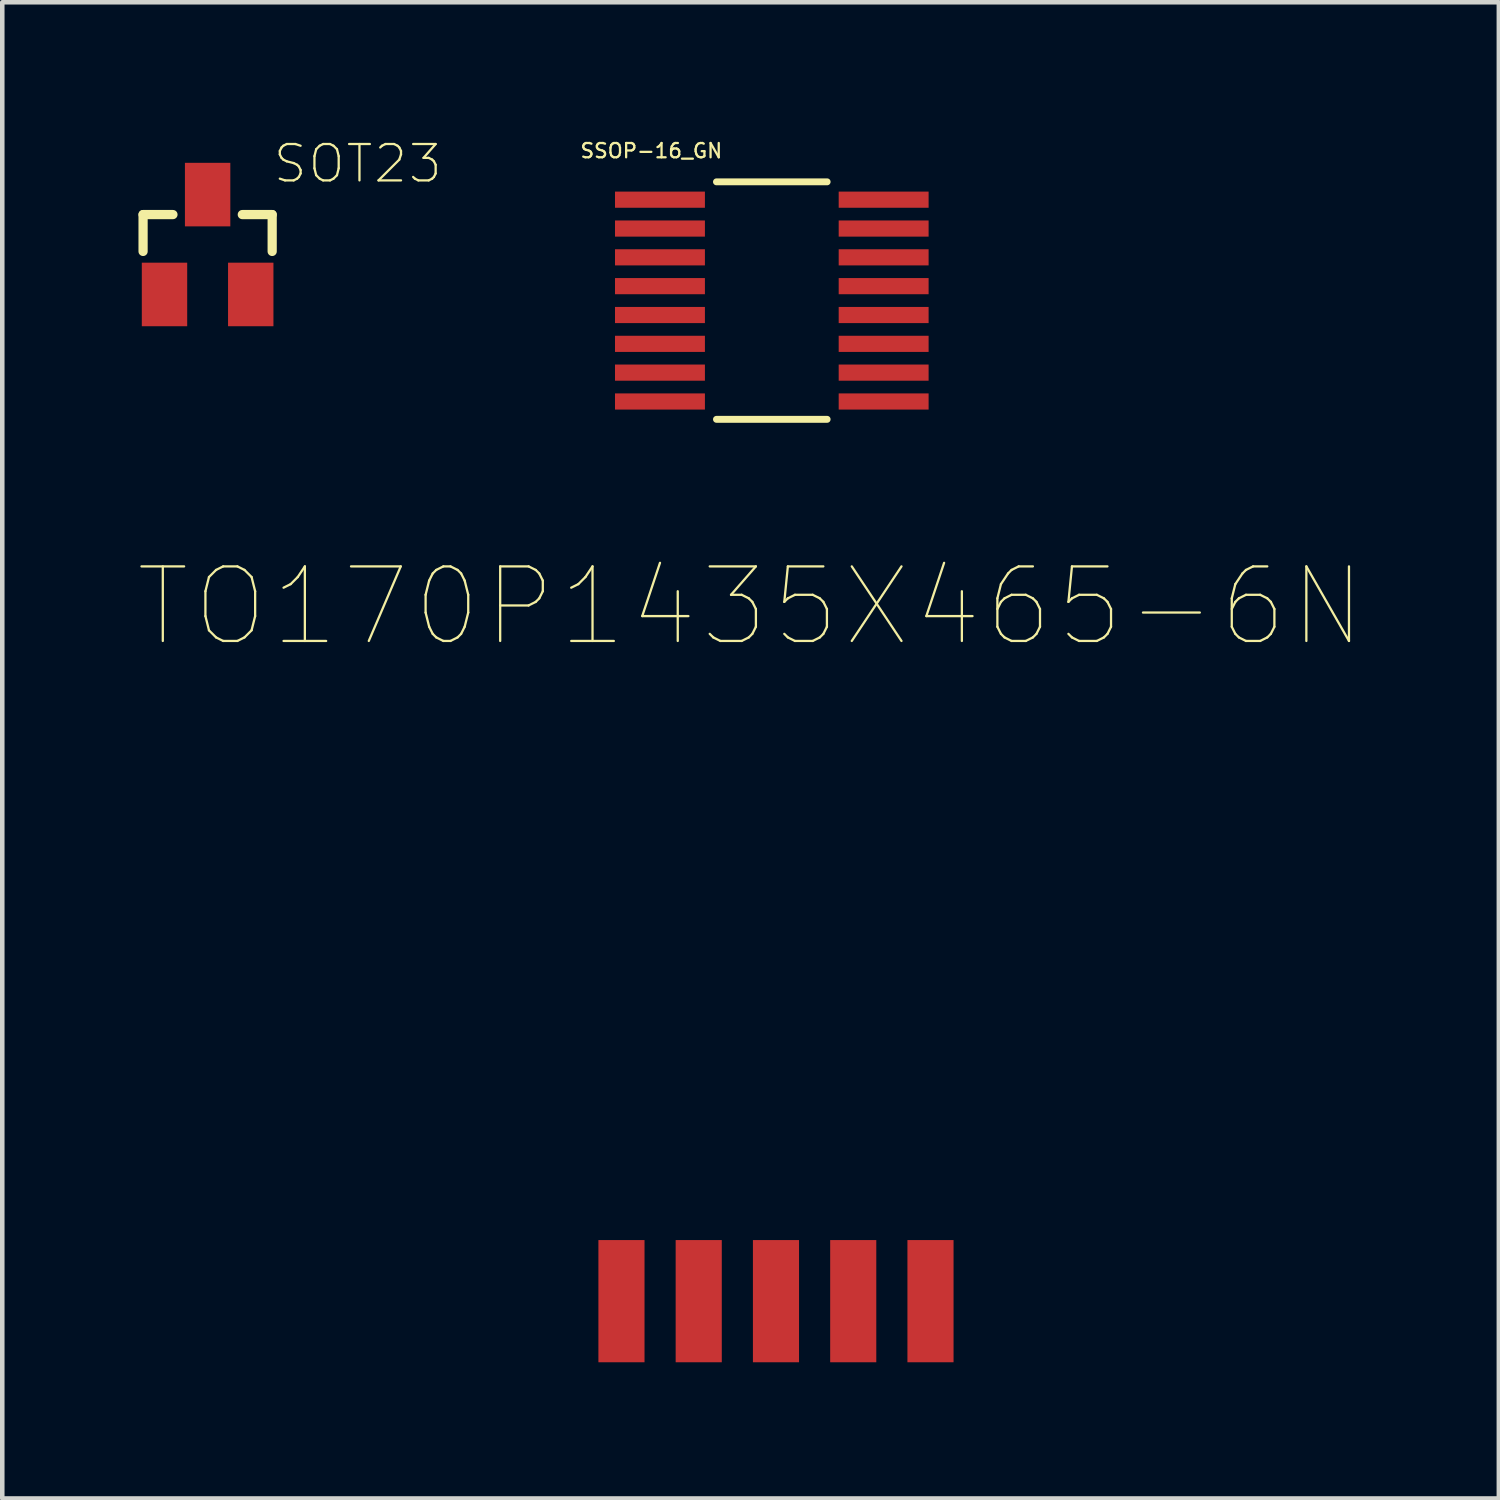
<source format=kicad_pcb>
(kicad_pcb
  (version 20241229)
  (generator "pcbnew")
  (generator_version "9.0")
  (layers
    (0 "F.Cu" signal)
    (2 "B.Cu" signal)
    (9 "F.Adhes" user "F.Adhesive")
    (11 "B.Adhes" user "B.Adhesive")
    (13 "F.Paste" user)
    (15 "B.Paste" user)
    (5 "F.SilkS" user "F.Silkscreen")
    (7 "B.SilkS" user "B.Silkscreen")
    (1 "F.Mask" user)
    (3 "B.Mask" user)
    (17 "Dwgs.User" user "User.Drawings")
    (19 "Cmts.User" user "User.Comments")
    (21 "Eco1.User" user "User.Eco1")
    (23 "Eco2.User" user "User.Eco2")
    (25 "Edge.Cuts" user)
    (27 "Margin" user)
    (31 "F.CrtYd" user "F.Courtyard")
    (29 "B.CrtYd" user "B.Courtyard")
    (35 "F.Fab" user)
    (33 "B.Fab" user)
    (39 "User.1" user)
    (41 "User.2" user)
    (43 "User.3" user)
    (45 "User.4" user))
  (footprint "SOT23"
    (layer "F.Cu")
    (at 1.524 2.337)
    (property "Reference" "SOT23" (at 3.307 -1.781 0) (layer "F.SilkS") (effects (font (size 0.801 0.801) (thickness 0.05))))
    (attr smd)
    (fp_line (start -1.422 -0.66) (end -0.764 -0.66) (stroke (width 0.203) (type solid)) (layer "F.SilkS"))
    (fp_line (start -1.422 0.152) (end -1.422 -0.66) (stroke (width 0.203) (type solid)) (layer "F.SilkS"))
    (fp_line (start 0.764 -0.66) (end 1.422 -0.66) (stroke (width 0.203) (type solid)) (layer "F.SilkS"))
    (fp_line (start 1.422 -0.66) (end 1.422 0.152) (stroke (width 0.203) (type solid)) (layer "F.SilkS"))
    (fp_line (start -1.422 -0.66) (end 1.422 -0.66) (stroke (width 0.203) (type solid)) (layer "Eco2.User"))
    (fp_line (start -1.422 0.66) (end -1.422 -0.66) (stroke (width 0.203) (type solid)) (layer "Eco2.User"))
    (fp_line (start 1.422 -0.66) (end 1.422 0.66) (stroke (width 0.203) (type solid)) (layer "Eco2.User"))
    (fp_line (start 1.422 0.66) (end -1.422 0.66) (stroke (width 0.203) (type solid)) (layer "Eco2.User"))
    (fp_poly (pts (xy -1.169 0.711) (xy -0.711 0.711) (xy -0.711 1.296) (xy -1.169 1.296)) (stroke (width 0.1) (type solid)) (fill no) (layer "Eco2.User"))
    (fp_poly (pts (xy -0.5 -0.3) (xy 0.5 -0.3) (xy 0.5 0.3) (xy -0.5 0.3)) (stroke (width 0.1) (type solid)) (fill no) (layer "Eco2.User"))
    (fp_poly (pts (xy -0.229 -1.295) (xy 0.229 -1.295) (xy 0.229 -0.713) (xy -0.229 -0.713)) (stroke (width 0.1) (type solid)) (fill no) (layer "Eco2.User"))
    (fp_poly (pts (xy 0.712 0.711) (xy 1.168 0.711) (xy 1.168 1.296) (xy 0.712 1.296)) (stroke (width 0.1) (type solid)) (fill no) (layer "Eco2.User"))
    (pad "1" smd rect (at -0.95 1.1) (size 1 1.4) (layers "F.Cu" "F.Mask" "F.Paste"))
    (pad "2" smd rect (at 0.95 1.1) (size 1 1.4) (layers "F.Cu" "F.Mask" "F.Paste"))
    (pad "3" smd rect (at 0 -1.1) (size 1 1.4) (layers "F.Cu" "F.Mask" "F.Paste")))
  (footprint "TO170P1435X465-6N"
    (layer "F.Cu")
    (at 14.045 16.573)
    (property "Reference" "TO170P1435X465-6N" (at -0.56 -6.26 0) (layer "F.SilkS") (effects (font (size 1.643 1.643) (thickness 0.05))))
    (attr smd)
    (fp_line (start -5.08 -4.318) (end -5.08 4.318) (stroke (width 0.152) (type solid)) (layer "Eco2.User"))
    (fp_line (start -5.08 4.318) (end 5.08 4.318) (stroke (width 0.152) (type solid)) (layer "Eco2.User"))
    (fp_line (start -3.886 4.318) (end -3.886 10.033) (stroke (width 0.152) (type solid)) (layer "Eco2.User"))
    (fp_line (start -3.886 10.033) (end -2.921 10.033) (stroke (width 0.152) (type solid)) (layer "Eco2.User"))
    (fp_line (start -2.921 4.318) (end -3.886 4.318) (stroke (width 0.152) (type solid)) (layer "Eco2.User"))
    (fp_line (start -2.921 10.033) (end -2.921 4.318) (stroke (width 0.152) (type solid)) (layer "Eco2.User"))
    (fp_line (start -2.184 4.318) (end -2.184 10.033) (stroke (width 0.152) (type solid)) (layer "Eco2.User"))
    (fp_line (start -2.184 10.033) (end -1.219 10.033) (stroke (width 0.152) (type solid)) (layer "Eco2.User"))
    (fp_line (start -1.219 4.318) (end -2.184 4.318) (stroke (width 0.152) (type solid)) (layer "Eco2.User"))
    (fp_line (start -1.219 10.033) (end -1.219 4.318) (stroke (width 0.152) (type solid)) (layer "Eco2.User"))
    (fp_line (start -0.483 4.318) (end -0.483 10.033) (stroke (width 0.152) (type solid)) (layer "Eco2.User"))
    (fp_line (start -0.483 10.033) (end 0.483 10.033) (stroke (width 0.152) (type solid)) (layer "Eco2.User"))
    (fp_line (start 0.483 4.318) (end -0.483 4.318) (stroke (width 0.152) (type solid)) (layer "Eco2.User"))
    (fp_line (start 0.483 10.033) (end 0.483 4.318) (stroke (width 0.152) (type solid)) (layer "Eco2.User"))
    (fp_line (start 1.219 4.318) (end 1.219 10.033) (stroke (width 0.152) (type solid)) (layer "Eco2.User"))
    (fp_line (start 1.219 10.033) (end 2.184 10.033) (stroke (width 0.152) (type solid)) (layer "Eco2.User"))
    (fp_line (start 2.184 4.318) (end 1.219 4.318) (stroke (width 0.152) (type solid)) (layer "Eco2.User"))
    (fp_line (start 2.184 10.033) (end 2.184 4.318) (stroke (width 0.152) (type solid)) (layer "Eco2.User"))
    (fp_line (start 2.921 4.318) (end 2.921 10.033) (stroke (width 0.152) (type solid)) (layer "Eco2.User"))
    (fp_line (start 2.921 10.033) (end 3.886 10.033) (stroke (width 0.152) (type solid)) (layer "Eco2.User"))
    (fp_line (start 3.886 4.318) (end 2.921 4.318) (stroke (width 0.152) (type solid)) (layer "Eco2.User"))
    (fp_line (start 3.886 10.033) (end 3.886 4.318) (stroke (width 0.152) (type solid)) (layer "Eco2.User"))
    (fp_line (start 5.08 -4.318) (end -5.08 -4.318) (stroke (width 0.152) (type solid)) (layer "Eco2.User"))
    (fp_line (start 5.08 4.318) (end 5.08 -4.318) (stroke (width 0.152) (type solid)) (layer "Eco2.User"))
    (pad "1" smd rect (at -3.404 9.042) (size 1.016 2.692) (layers "F.Cu" "F.Mask" "F.Paste"))
    (pad "2" smd rect (at -1.702 9.042) (size 1.016 2.692) (layers "F.Cu" "F.Mask" "F.Paste"))
    (pad "3" smd rect (at 0 9.042) (size 1.016 2.692) (layers "F.Cu" "F.Mask" "F.Paste"))
    (pad "4" smd rect (at 1.702 9.042) (size 1.016 2.692) (layers "F.Cu" "F.Mask" "F.Paste"))
    (pad "5" smd rect (at 3.404 9.042) (size 1.016 2.692) (layers "F.Cu" "F.Mask" "F.Paste")))
  (footprint "SSOP-16_GN"
    (layer "F.Cu")
    (at 13.953 3.572)
    (property "Reference" "SSOP-16_GN" (at -2.654 -3.3 0) (layer "F.SilkS") (effects (font (size 0.315 0.315) (thickness 0.05))))
    (attr smd)
    (fp_line (start -1.219 2.616) (end 1.219 2.616) (stroke (width 0.152) (type solid)) (layer "F.SilkS"))
    (fp_line (start 1.219 -2.616) (end -1.219 -2.616) (stroke (width 0.152) (type solid)) (layer "F.SilkS"))
    (fp_line (start -3.099 -2.388) (end -3.099 -2.057) (stroke (width 0.152) (type solid)) (layer "Eco2.User"))
    (fp_line (start -3.099 -2.057) (end -1.981 -2.083) (stroke (width 0.152) (type solid)) (layer "Eco2.User"))
    (fp_line (start -3.099 -1.727) (end -3.099 -1.422) (stroke (width 0.152) (type solid)) (layer "Eco2.User"))
    (fp_line (start -3.099 -1.422) (end -1.981 -1.422) (stroke (width 0.152) (type solid)) (layer "Eco2.User"))
    (fp_line (start -3.099 -1.118) (end -3.099 -0.787) (stroke (width 0.152) (type solid)) (layer "Eco2.User"))
    (fp_line (start -3.099 -0.787) (end -1.981 -0.813) (stroke (width 0.152) (type solid)) (layer "Eco2.User"))
    (fp_line (start -3.099 -0.457) (end -3.099 -0.152) (stroke (width 0.152) (type solid)) (layer "Eco2.User"))
    (fp_line (start -3.099 -0.152) (end -1.981 -0.152) (stroke (width 0.152) (type solid)) (layer "Eco2.User"))
    (fp_line (start -3.099 0.178) (end -3.099 0.483) (stroke (width 0.152) (type solid)) (layer "Eco2.User"))
    (fp_line (start -3.099 0.483) (end -1.981 0.457) (stroke (width 0.152) (type solid)) (layer "Eco2.User"))
    (fp_line (start -3.099 0.813) (end -3.099 1.118) (stroke (width 0.152) (type solid)) (layer "Eco2.User"))
    (fp_line (start -3.099 1.118) (end -1.981 1.118) (stroke (width 0.152) (type solid)) (layer "Eco2.User"))
    (fp_line (start -3.099 1.422) (end -3.099 1.753) (stroke (width 0.152) (type solid)) (layer "Eco2.User"))
    (fp_line (start -3.099 1.753) (end -1.981 1.727) (stroke (width 0.152) (type solid)) (layer "Eco2.User"))
    (fp_line (start -3.099 2.083) (end -3.099 2.388) (stroke (width 0.152) (type solid)) (layer "Eco2.User"))
    (fp_line (start -3.099 2.388) (end -1.981 2.388) (stroke (width 0.152) (type solid)) (layer "Eco2.User"))
    (fp_line (start -1.981 -2.489) (end -1.981 2.489) (stroke (width 0.152) (type solid)) (layer "Eco2.User"))
    (fp_line (start -1.981 -2.388) (end -3.099 -2.388) (stroke (width 0.152) (type solid)) (layer "Eco2.User"))
    (fp_line (start -1.981 -2.083) (end -1.981 -2.388) (stroke (width 0.152) (type solid)) (layer "Eco2.User"))
    (fp_line (start -1.981 -1.727) (end -3.099 -1.727) (stroke (width 0.152) (type solid)) (layer "Eco2.User"))
    (fp_line (start -1.981 -1.422) (end -1.981 -1.727) (stroke (width 0.152) (type solid)) (layer "Eco2.User"))
    (fp_line (start -1.981 -1.118) (end -3.099 -1.118) (stroke (width 0.152) (type solid)) (layer "Eco2.User"))
    (fp_line (start -1.981 -0.813) (end -1.981 -1.118) (stroke (width 0.152) (type solid)) (layer "Eco2.User"))
    (fp_line (start -1.981 -0.457) (end -3.099 -0.457) (stroke (width 0.152) (type solid)) (layer "Eco2.User"))
    (fp_line (start -1.981 -0.152) (end -1.981 -0.457) (stroke (width 0.152) (type solid)) (layer "Eco2.User"))
    (fp_line (start -1.981 0.152) (end -3.099 0.178) (stroke (width 0.152) (type solid)) (layer "Eco2.User"))
    (fp_line (start -1.981 0.457) (end -1.981 0.152) (stroke (width 0.152) (type solid)) (layer "Eco2.User"))
    (fp_line (start -1.981 0.813) (end -3.099 0.813) (stroke (width 0.152) (type solid)) (layer "Eco2.User"))
    (fp_line (start -1.981 1.118) (end -1.981 0.813) (stroke (width 0.152) (type solid)) (layer "Eco2.User"))
    (fp_line (start -1.981 1.422) (end -3.099 1.422) (stroke (width 0.152) (type solid)) (layer "Eco2.User"))
    (fp_line (start -1.981 1.727) (end -1.981 1.422) (stroke (width 0.152) (type solid)) (layer "Eco2.User"))
    (fp_line (start -1.981 2.083) (end -3.099 2.083) (stroke (width 0.152) (type solid)) (layer "Eco2.User"))
    (fp_line (start -1.981 2.388) (end -1.981 2.083) (stroke (width 0.152) (type solid)) (layer "Eco2.User"))
    (fp_line (start -1.981 2.489) (end 1.981 2.489) (stroke (width 0.152) (type solid)) (layer "Eco2.User"))
    (fp_line (start -0.305 -2.489) (end -1.981 -2.489) (stroke (width 0.152) (type solid)) (layer "Eco2.User"))
    (fp_line (start 0.305 -2.489) (end -0.305 -2.489) (stroke (width 0.152) (type solid)) (layer "Eco2.User"))
    (fp_line (start 1.981 -2.489) (end 0.305 -2.489) (stroke (width 0.152) (type solid)) (layer "Eco2.User"))
    (fp_line (start 1.981 -2.388) (end 1.981 -2.083) (stroke (width 0.152) (type solid)) (layer "Eco2.User"))
    (fp_line (start 1.981 -2.083) (end 3.099 -2.083) (stroke (width 0.152) (type solid)) (layer "Eco2.User"))
    (fp_line (start 1.981 -1.727) (end 1.981 -1.422) (stroke (width 0.152) (type solid)) (layer "Eco2.User"))
    (fp_line (start 1.981 -1.422) (end 3.099 -1.422) (stroke (width 0.152) (type solid)) (layer "Eco2.User"))
    (fp_line (start 1.981 -1.118) (end 1.981 -0.813) (stroke (width 0.152) (type solid)) (layer "Eco2.User"))
    (fp_line (start 1.981 -0.813) (end 3.099 -0.813) (stroke (width 0.152) (type solid)) (layer "Eco2.User"))
    (fp_line (start 1.981 -0.457) (end 1.981 -0.152) (stroke (width 0.152) (type solid)) (layer "Eco2.User"))
    (fp_line (start 1.981 -0.152) (end 3.099 -0.178) (stroke (width 0.152) (type solid)) (layer "Eco2.User"))
    (fp_line (start 1.981 0.152) (end 1.981 0.457) (stroke (width 0.152) (type solid)) (layer "Eco2.User"))
    (fp_line (start 1.981 0.457) (end 3.099 0.457) (stroke (width 0.152) (type solid)) (layer "Eco2.User"))
    (fp_line (start 1.981 0.813) (end 1.981 1.118) (stroke (width 0.152) (type solid)) (layer "Eco2.User"))
    (fp_line (start 1.981 1.118) (end 3.099 1.118) (stroke (width 0.152) (type solid)) (layer "Eco2.User"))
    (fp_line (start 1.981 1.422) (end 1.981 1.727) (stroke (width 0.152) (type solid)) (layer "Eco2.User"))
    (fp_line (start 1.981 1.727) (end 3.099 1.727) (stroke (width 0.152) (type solid)) (layer "Eco2.User"))
    (fp_line (start 1.981 2.083) (end 1.981 2.388) (stroke (width 0.152) (type solid)) (layer "Eco2.User"))
    (fp_line (start 1.981 2.388) (end 3.099 2.388) (stroke (width 0.152) (type solid)) (layer "Eco2.User"))
    (fp_line (start 1.981 2.489) (end 1.981 -2.489) (stroke (width 0.152) (type solid)) (layer "Eco2.User"))
    (fp_line (start 3.099 -2.388) (end 1.981 -2.388) (stroke (width 0.152) (type solid)) (layer "Eco2.User"))
    (fp_line (start 3.099 -2.083) (end 3.099 -2.388) (stroke (width 0.152) (type solid)) (layer "Eco2.User"))
    (fp_line (start 3.099 -1.753) (end 1.981 -1.727) (stroke (width 0.152) (type solid)) (layer "Eco2.User"))
    (fp_line (start 3.099 -1.422) (end 3.099 -1.753) (stroke (width 0.152) (type solid)) (layer "Eco2.User"))
    (fp_line (start 3.099 -1.118) (end 1.981 -1.118) (stroke (width 0.152) (type solid)) (layer "Eco2.User"))
    (fp_line (start 3.099 -0.813) (end 3.099 -1.118) (stroke (width 0.152) (type solid)) (layer "Eco2.User"))
    (fp_line (start 3.099 -0.483) (end 1.981 -0.457) (stroke (width 0.152) (type solid)) (layer "Eco2.User"))
    (fp_line (start 3.099 -0.178) (end 3.099 -0.483) (stroke (width 0.152) (type solid)) (layer "Eco2.User"))
    (fp_line (start 3.099 0.152) (end 1.981 0.152) (stroke (width 0.152) (type solid)) (layer "Eco2.User"))
    (fp_line (start 3.099 0.457) (end 3.099 0.152) (stroke (width 0.152) (type solid)) (layer "Eco2.User"))
    (fp_line (start 3.099 0.787) (end 1.981 0.813) (stroke (width 0.152) (type solid)) (layer "Eco2.User"))
    (fp_line (start 3.099 1.118) (end 3.099 0.787) (stroke (width 0.152) (type solid)) (layer "Eco2.User"))
    (fp_line (start 3.099 1.422) (end 1.981 1.422) (stroke (width 0.152) (type solid)) (layer "Eco2.User"))
    (fp_line (start 3.099 1.727) (end 3.099 1.422) (stroke (width 0.152) (type solid)) (layer "Eco2.User"))
    (fp_line (start 3.099 2.057) (end 1.981 2.083) (stroke (width 0.152) (type solid)) (layer "Eco2.User"))
    (fp_line (start 3.099 2.388) (end 3.099 2.057) (stroke (width 0.152) (type solid)) (layer "Eco2.User"))
    (fp_arc (start 0.3048 -2.4892) (mid 0 -2.1844) (end -0.3048 -2.4892) (stroke (width 0.1524) (type solid)) (layer "Eco2.User"))
    (pad "1" smd rect (at -2.464 -2.223) (size 1.981 0.356) (layers "F.Cu" "F.Mask" "F.Paste"))
    (pad "2" smd rect (at -2.464 -1.587) (size 1.981 0.356) (layers "F.Cu" "F.Mask" "F.Paste"))
    (pad "3" smd rect (at -2.464 -0.953) (size 1.981 0.356) (layers "F.Cu" "F.Mask" "F.Paste"))
    (pad "4" smd rect (at -2.464 -0.318) (size 1.981 0.356) (layers "F.Cu" "F.Mask" "F.Paste"))
    (pad "5" smd rect (at -2.464 0.318) (size 1.981 0.356) (layers "F.Cu" "F.Mask" "F.Paste"))
    (pad "6" smd rect (at -2.464 0.953) (size 1.981 0.356) (layers "F.Cu" "F.Mask" "F.Paste"))
    (pad "7" smd rect (at -2.464 1.587) (size 1.981 0.356) (layers "F.Cu" "F.Mask" "F.Paste"))
    (pad "8" smd rect (at -2.464 2.223) (size 1.981 0.356) (layers "F.Cu" "F.Mask" "F.Paste"))
    (pad "9" smd rect (at 2.464 2.223) (size 1.981 0.356) (layers "F.Cu" "F.Mask" "F.Paste"))
    (pad "10" smd rect (at 2.464 1.587) (size 1.981 0.356) (layers "F.Cu" "F.Mask" "F.Paste"))
    (pad "11" smd rect (at 2.464 0.953) (size 1.981 0.356) (layers "F.Cu" "F.Mask" "F.Paste"))
    (pad "12" smd rect (at 2.464 0.318) (size 1.981 0.356) (layers "F.Cu" "F.Mask" "F.Paste"))
    (pad "13" smd rect (at 2.464 -0.318) (size 1.981 0.356) (layers "F.Cu" "F.Mask" "F.Paste"))
    (pad "14" smd rect (at 2.464 -0.953) (size 1.981 0.356) (layers "F.Cu" "F.Mask" "F.Paste"))
    (pad "15" smd rect (at 2.464 -1.587) (size 1.981 0.356) (layers "F.Cu" "F.Mask" "F.Paste"))
    (pad "16" smd rect (at 2.464 -2.223) (size 1.981 0.356) (layers "F.Cu" "F.Mask" "F.Paste")))
  (gr_rect
    (start -3 -3)
    (end 29.97 29.962)
    (stroke (width 0.1) (type default))
    (fill no)
    (layer "Edge.Cuts")))
</source>
